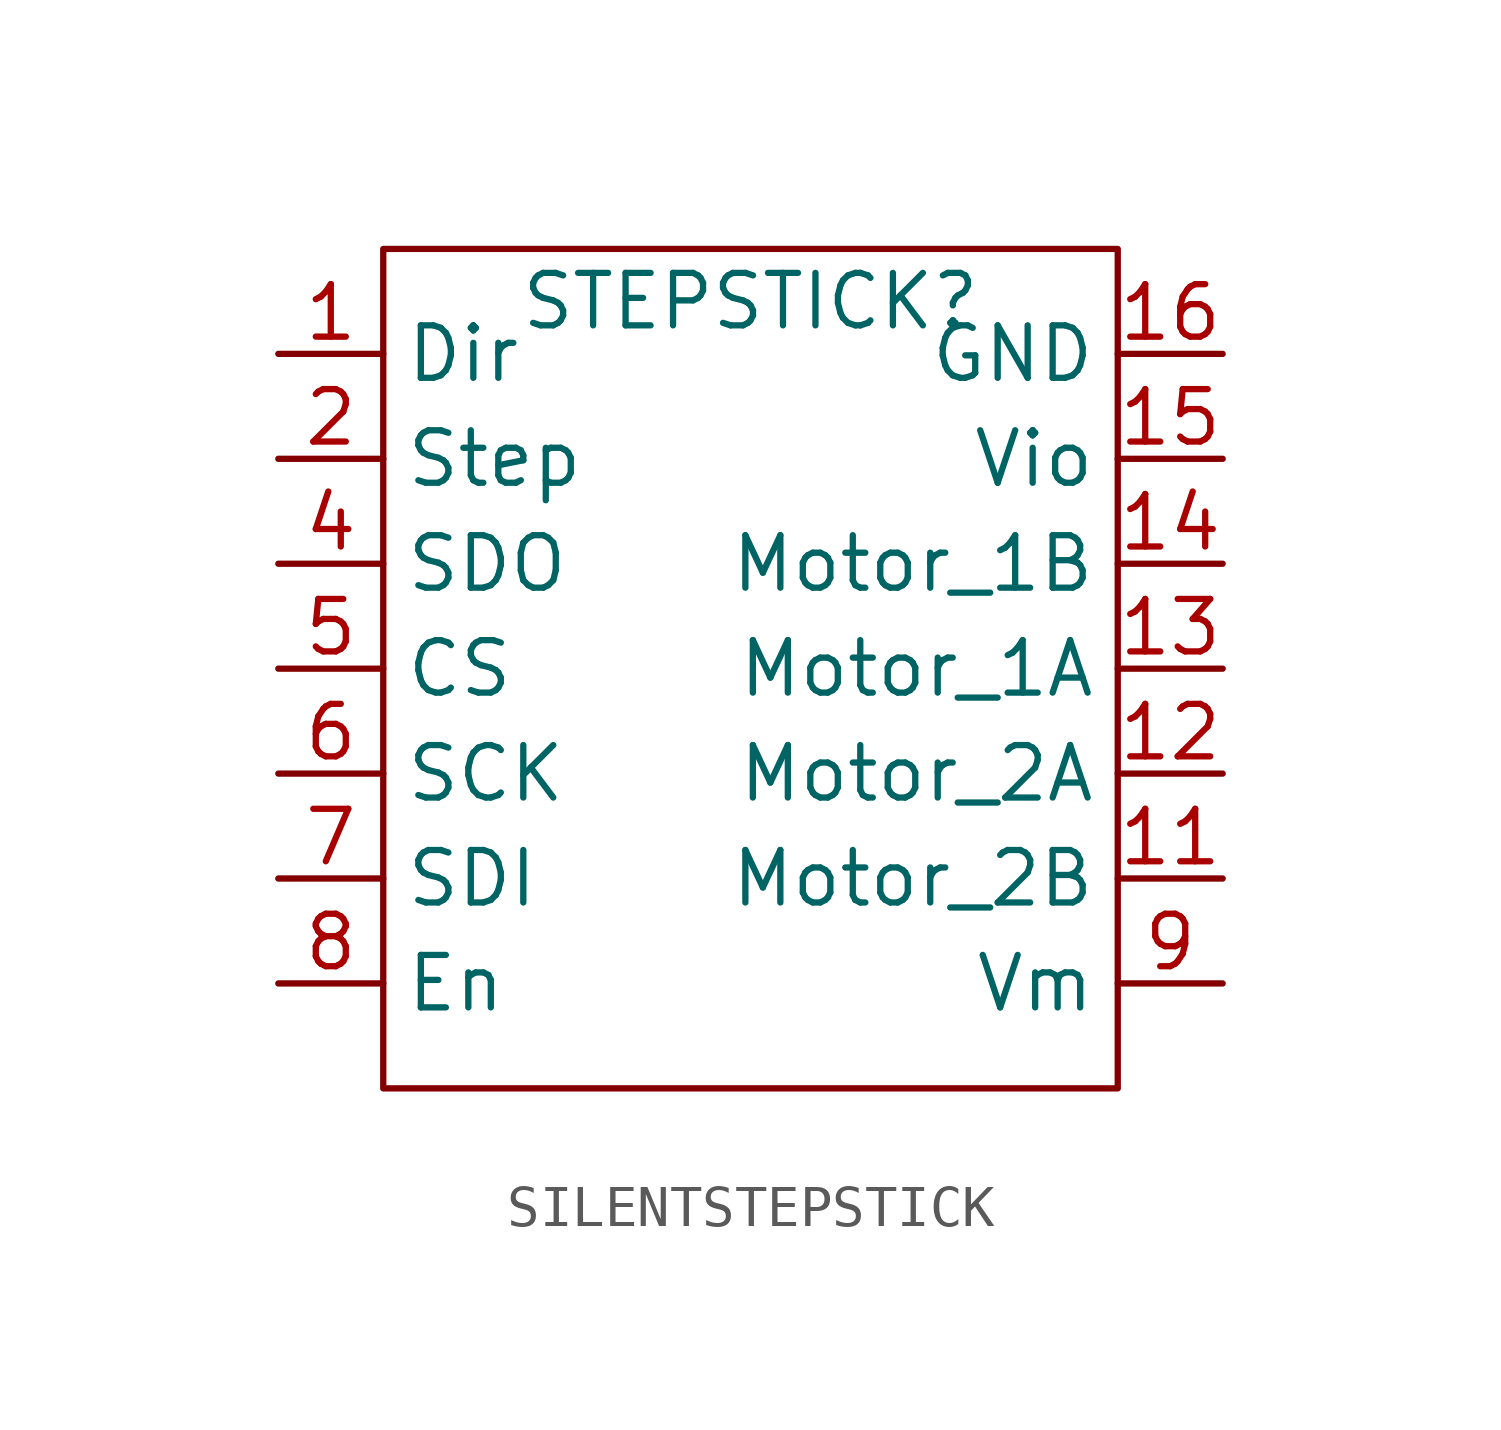
<source format=kicad_sym>
(kicad_symbol_lib
  (version 20220914)
  (generator kicad_symbol_editor)
  (symbol "SILENTSTEPSTICK"
    (property "Reference" "STEPSTICK"
      (at 0 0 0)
      (effects (font (size 1.27 1.27))))
    (property "Value" ""
      (at 0 0 0)
      (effects (font (size 1.27 1.27))))
    (symbol "SILENTSTEPSTICK_0_1"
      (rectangle (start -8.89 1.27) (end 8.89 -19.05) (stroke (width 0) (type default)) (fill (type none))))
    (symbol "SILENTSTEPSTICK_1_1"
      (pin input line (at -11.43 -1.27 0) (length 2.54) (name "Dir" (effects (font (size 1.27 1.27)))) (number "1" (effects (font (size 1.27 1.27)))))
      (pin output line (at 11.43 -13.97 180) (length 2.54) (name "Motor_2B" (effects (font (size 1.27 1.27)))) (number "11" (effects (font (size 1.27 1.27)))))
      (pin output line (at 11.43 -11.43 180) (length 2.54) (name "Motor_2A" (effects (font (size 1.27 1.27)))) (number "12" (effects (font (size 1.27 1.27)))))
      (pin output line (at 11.43 -8.89 180) (length 2.54) (name "Motor_1A" (effects (font (size 1.27 1.27)))) (number "13" (effects (font (size 1.27 1.27)))))
      (pin output line (at 11.43 -6.35 180) (length 2.54) (name "Motor_1B" (effects (font (size 1.27 1.27)))) (number "14" (effects (font (size 1.27 1.27)))))
      (pin input line (at 11.43 -3.81 180) (length 2.54) (name "Vio" (effects (font (size 1.27 1.27)))) (number "15" (effects (font (size 1.27 1.27)))))
      (pin input line (at 11.43 -1.27 180) (length 2.54) (name "GND" (effects (font (size 1.27 1.27)))) (number "16" (effects (font (size 1.27 1.27)))))
      (pin input line (at -11.43 -3.81 0) (length 2.54) (name "Step" (effects (font (size 1.27 1.27)))) (number "2" (effects (font (size 1.27 1.27)))))
      (pin output line (at -11.43 -6.35 0) (length 2.54) (name "SDO" (effects (font (size 1.27 1.27)))) (number "4" (effects (font (size 1.27 1.27)))))
      (pin input line (at -11.43 -8.89 0) (length 2.54) (name "CS" (effects (font (size 1.27 1.27)))) (number "5" (effects (font (size 1.27 1.27)))))
      (pin input line (at -11.43 -11.43 0) (length 2.54) (name "SCK" (effects (font (size 1.27 1.27)))) (number "6" (effects (font (size 1.27 1.27)))))
      (pin input line (at -11.43 -13.97 0) (length 2.54) (name "SDI" (effects (font (size 1.27 1.27)))) (number "7" (effects (font (size 1.27 1.27)))))
      (pin input line (at -11.43 -16.51 0) (length 2.54) (name "En" (effects (font (size 1.27 1.27)))) (number "8" (effects (font (size 1.27 1.27)))))
      (pin input line (at 11.43 -16.51 180) (length 2.54) (name "Vm" (effects (font (size 1.27 1.27)))) (number "9" (effects (font (size 1.27 1.27))))))))
</source>
